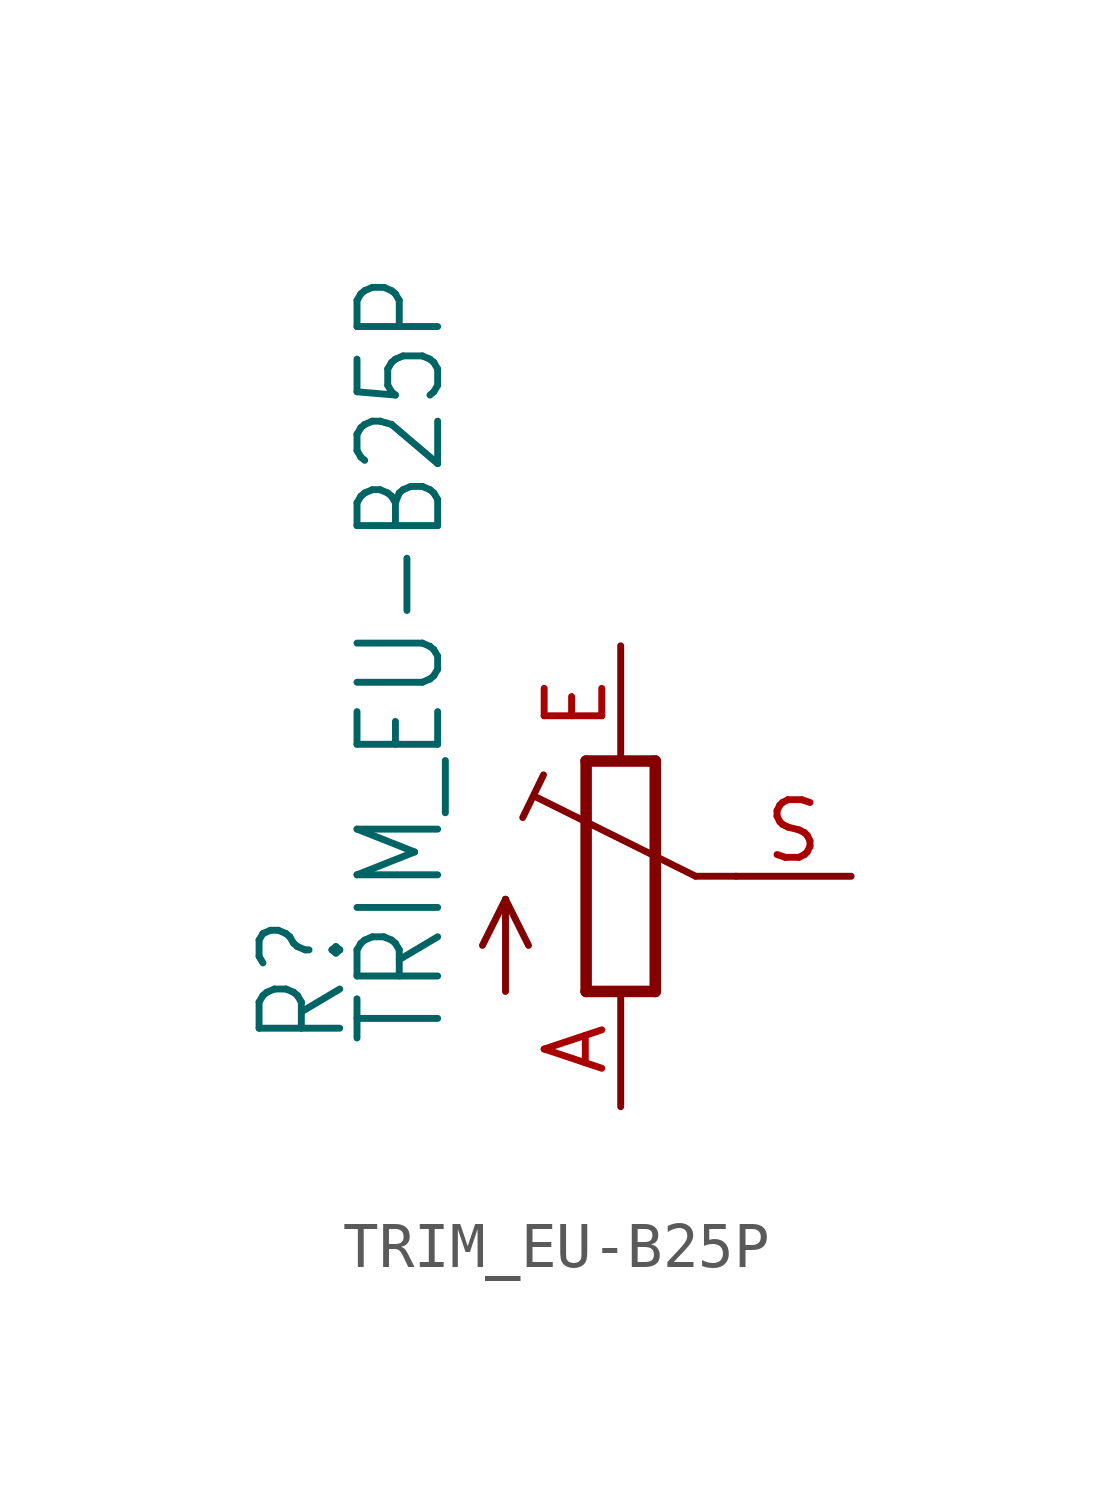
<source format=kicad_sym>
(kicad_symbol_lib
  (version 20211014)
  (generator kicad_symbol_editor)
  (symbol "TRIM_EU-B25P"
    (property "Reference" "R"
      (at -5.969 -3.81 90)
      (effects (font (size 1.778 1.511)) (justify left bottom)))
    (property "Value" "TRIM_EU-B25P"
      (at -3.81 -3.81 90)
      (effects (font (size 1.778 1.511)) (justify left bottom)))
    (property "ki_locked" ""
      (at 0 0 0)
      (effects (font (size 1.27 1.27))))
    (symbol "TRIM_EU-B25P_1_0"
      (polyline (pts (xy -2.54 -2.54) (xy -2.54 -0.508)) (stroke (width 0.152) (type default) (color 0 0 0 0)) (fill (type none)))
      (polyline (pts (xy -2.54 -0.508) (xy -3.048 -1.524)) (stroke (width 0.152) (type default) (color 0 0 0 0)) (fill (type none)))
      (polyline (pts (xy -2.54 -0.508) (xy -2.032 -1.524)) (stroke (width 0.152) (type default) (color 0 0 0 0)) (fill (type none)))
      (polyline (pts (xy -2.16 1.294) (xy -1.702 2.235)) (stroke (width 0.152) (type default) (color 0 0 0 0)) (fill (type none)))
      (polyline (pts (xy -0.762 -2.54) (xy 0.762 -2.54)) (stroke (width 0.254) (type default) (color 0 0 0 0)) (fill (type none)))
      (polyline (pts (xy -0.762 2.54) (xy -0.762 -2.54)) (stroke (width 0.254) (type default) (color 0 0 0 0)) (fill (type none)))
      (polyline (pts (xy 0.762 -2.54) (xy 0.762 2.54)) (stroke (width 0.254) (type default) (color 0 0 0 0)) (fill (type none)))
      (polyline (pts (xy 0.762 2.54) (xy -0.762 2.54)) (stroke (width 0.254) (type default) (color 0 0 0 0)) (fill (type none)))
      (polyline (pts (xy 1.651 0) (xy -1.88 1.753)) (stroke (width 0.152) (type default) (color 0 0 0 0)) (fill (type none)))
      (polyline (pts (xy 2.54 0) (xy 1.651 0)) (stroke (width 0.152) (type default) (color 0 0 0 0)) (fill (type none)))
      (pin passive line (at 0 -5.08 90) (length 2.54) (name "A" (effects (font (size 0 0)))) (number "A" (effects (font (size 1.27 1.27)))))
      (pin passive line (at 0 5.08 270) (length 2.54) (name "E" (effects (font (size 0 0)))) (number "E" (effects (font (size 1.27 1.27)))))
      (pin passive line (at 5.08 0 180) (length 2.54) (name "S" (effects (font (size 0 0)))) (number "S" (effects (font (size 1.27 1.27))))))))
</source>
